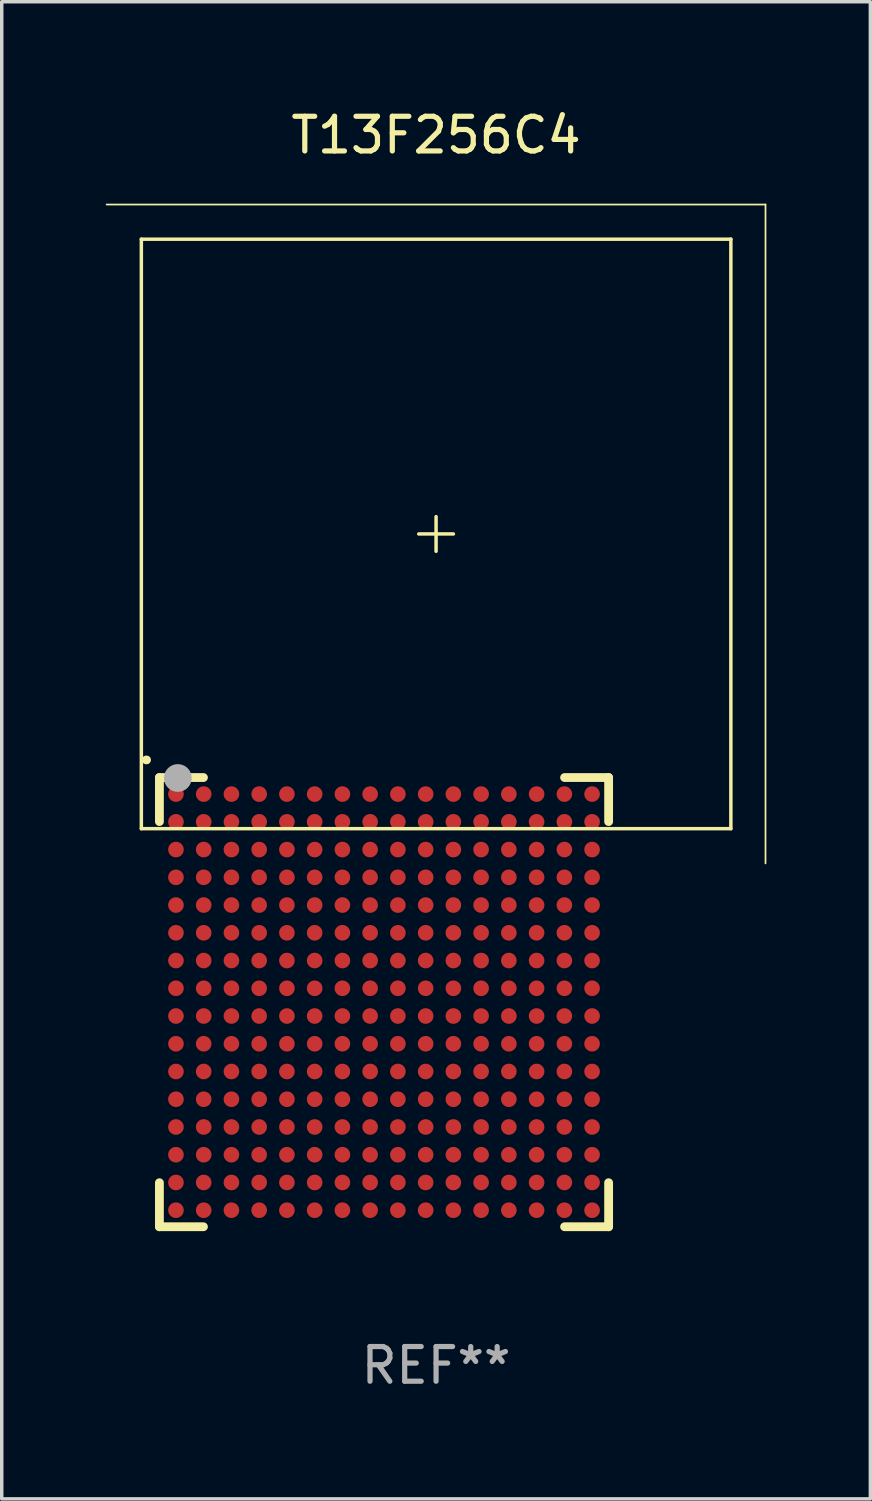
<source format=kicad_pcb>
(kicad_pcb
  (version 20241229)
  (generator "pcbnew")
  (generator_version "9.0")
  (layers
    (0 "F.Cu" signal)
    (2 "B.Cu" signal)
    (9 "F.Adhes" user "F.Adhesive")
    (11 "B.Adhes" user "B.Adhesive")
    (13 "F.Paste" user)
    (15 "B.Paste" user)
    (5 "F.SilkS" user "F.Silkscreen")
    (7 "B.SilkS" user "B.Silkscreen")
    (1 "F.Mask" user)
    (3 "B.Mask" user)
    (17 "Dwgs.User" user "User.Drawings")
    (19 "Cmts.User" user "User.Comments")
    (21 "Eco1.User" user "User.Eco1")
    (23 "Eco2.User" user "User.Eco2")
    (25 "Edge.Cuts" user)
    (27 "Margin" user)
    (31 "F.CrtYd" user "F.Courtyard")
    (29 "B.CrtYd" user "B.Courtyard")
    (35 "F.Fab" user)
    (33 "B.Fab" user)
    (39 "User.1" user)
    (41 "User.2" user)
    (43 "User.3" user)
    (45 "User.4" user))
  (footprint "T13F256C4"
    (layer "F.Cu")
    (at 9.525 17.587)
    (property "Reference" "T13F256C4" (at 0 -16.739 0) (layer "F.SilkS") (effects (font (size 1 1) (thickness 0.15))))
    (attr through_hole)
    (fp_line (start -9.5 -14.739) (end 9.5 -14.739) (stroke (width 0.05) (type solid)) (layer "F.SilkS"))
    (fp_line (start -8.499 -13.74) (end 8.501 -13.74) (stroke (width 0.1) (type solid)) (layer "F.SilkS"))
    (fp_line (start -8.499 3.26) (end -8.499 -13.74) (stroke (width 0.1) (type solid)) (layer "F.SilkS"))
    (fp_line (start -7.978 1.785) (end -6.708 1.785) (stroke (width 0.254) (type solid)) (layer "F.SilkS"))
    (fp_line (start -7.978 3.055) (end -7.978 1.785) (stroke (width 0.254) (type solid)) (layer "F.SilkS"))
    (fp_line (start -7.978 14.739) (end -7.978 13.469) (stroke (width 0.254) (type solid)) (layer "F.SilkS"))
    (fp_line (start -6.708 14.739) (end -7.978 14.739) (stroke (width 0.254) (type solid)) (layer "F.SilkS"))
    (fp_line (start 0 -4.739) (end 0 -5.739) (stroke (width 0.1) (type solid)) (layer "F.SilkS"))
    (fp_line (start 0.5 -5.239) (end -0.5 -5.239) (stroke (width 0.1) (type solid)) (layer "F.SilkS"))
    (fp_line (start 3.706 1.785) (end 4.976 1.785) (stroke (width 0.254) (type solid)) (layer "F.SilkS"))
    (fp_line (start 4.976 1.785) (end 4.976 3.055) (stroke (width 0.254) (type solid)) (layer "F.SilkS"))
    (fp_line (start 4.976 13.469) (end 4.976 14.739) (stroke (width 0.254) (type solid)) (layer "F.SilkS"))
    (fp_line (start 4.976 14.739) (end 3.706 14.739) (stroke (width 0.254) (type solid)) (layer "F.SilkS"))
    (fp_line (start 8.501 -13.74) (end 8.501 3.26) (stroke (width 0.1) (type solid)) (layer "F.SilkS"))
    (fp_line (start 8.501 3.26) (end -8.499 3.26) (stroke (width 0.1) (type solid)) (layer "F.SilkS"))
    (fp_line (start 9.5 -14.739) (end 9.5 4.261) (stroke (width 0.05) (type solid)) (layer "F.SilkS"))
    (fp_arc (start -8.358623 1.276619) (mid -8.353068 1.276761) (end -8.347523 1.277127) (stroke (width 0.249987) (type solid)) (layer "F.SilkS"))
    (fp_circle (center -8.001 1.762) (end -7.971 1.762) (stroke (width 0.06) (type solid)) (fill no) (layer "F.SilkS"))
    (fp_circle (center -7.447 1.798) (end -7.247 1.798) (stroke (width 0.4) (type solid)) (fill no) (layer "F.Fab"))
    (fp_text user "REF**" (at 0 18.739 0) (layer "F.Fab") (effects (font (size 1 1) (thickness 0.15))))
    (pad "A1" smd circle (at -7.501 2.262) (size 0.45 0.45) (layers "F.Cu" "F.Mask" "F.Paste"))
    (pad "A2" smd circle (at -6.701 2.262) (size 0.45 0.45) (layers "F.Cu" "F.Mask" "F.Paste"))
    (pad "A3" smd circle (at -5.901 2.262) (size 0.45 0.45) (layers "F.Cu" "F.Mask" "F.Paste"))
    (pad "A4" smd circle (at -5.101 2.262) (size 0.45 0.45) (layers "F.Cu" "F.Mask" "F.Paste"))
    (pad "A5" smd circle (at -4.301 2.262) (size 0.45 0.45) (layers "F.Cu" "F.Mask" "F.Paste"))
    (pad "A6" smd circle (at -3.501 2.262) (size 0.45 0.45) (layers "F.Cu" "F.Mask" "F.Paste"))
    (pad "A7" smd circle (at -2.701 2.262) (size 0.45 0.45) (layers "F.Cu" "F.Mask" "F.Paste"))
    (pad "A8" smd circle (at -1.901 2.262) (size 0.45 0.45) (layers "F.Cu" "F.Mask" "F.Paste"))
    (pad "A9" smd circle (at -1.101 2.262) (size 0.45 0.45) (layers "F.Cu" "F.Mask" "F.Paste"))
    (pad "A10" smd circle (at -0.3 2.262) (size 0.45 0.45) (layers "F.Cu" "F.Mask" "F.Paste"))
    (pad "A11" smd circle (at 0.499 2.262) (size 0.45 0.45) (layers "F.Cu" "F.Mask" "F.Paste"))
    (pad "A12" smd circle (at 1.299 2.262) (size 0.45 0.45) (layers "F.Cu" "F.Mask" "F.Paste"))
    (pad "A13" smd circle (at 2.099 2.262) (size 0.45 0.45) (layers "F.Cu" "F.Mask" "F.Paste"))
    (pad "A14" smd circle (at 2.899 2.262) (size 0.45 0.45) (layers "F.Cu" "F.Mask" "F.Paste"))
    (pad "A15" smd circle (at 3.7 2.262) (size 0.45 0.45) (layers "F.Cu" "F.Mask" "F.Paste"))
    (pad "A16" smd circle (at 4.499 2.262) (size 0.45 0.45) (layers "F.Cu" "F.Mask" "F.Paste"))
    (pad "B1" smd circle (at -7.501 3.062) (size 0.45 0.45) (layers "F.Cu" "F.Mask" "F.Paste"))
    (pad "B2" smd circle (at -6.701 3.062) (size 0.45 0.45) (layers "F.Cu" "F.Mask" "F.Paste"))
    (pad "B3" smd circle (at -5.901 3.062) (size 0.45 0.45) (layers "F.Cu" "F.Mask" "F.Paste"))
    (pad "B4" smd circle (at -5.101 3.062) (size 0.45 0.45) (layers "F.Cu" "F.Mask" "F.Paste"))
    (pad "B5" smd circle (at -4.301 3.062) (size 0.45 0.45) (layers "F.Cu" "F.Mask" "F.Paste"))
    (pad "B6" smd circle (at -3.501 3.062) (size 0.45 0.45) (layers "F.Cu" "F.Mask" "F.Paste"))
    (pad "B7" smd circle (at -2.701 3.062) (size 0.45 0.45) (layers "F.Cu" "F.Mask" "F.Paste"))
    (pad "B8" smd circle (at -1.901 3.062) (size 0.45 0.45) (layers "F.Cu" "F.Mask" "F.Paste"))
    (pad "B9" smd circle (at -1.101 3.062) (size 0.45 0.45) (layers "F.Cu" "F.Mask" "F.Paste"))
    (pad "B10" smd circle (at -0.3 3.062) (size 0.45 0.45) (layers "F.Cu" "F.Mask" "F.Paste"))
    (pad "B11" smd circle (at 0.499 3.062) (size 0.45 0.45) (layers "F.Cu" "F.Mask" "F.Paste"))
    (pad "B12" smd circle (at 1.299 3.062) (size 0.45 0.45) (layers "F.Cu" "F.Mask" "F.Paste"))
    (pad "B13" smd circle (at 2.099 3.062) (size 0.45 0.45) (layers "F.Cu" "F.Mask" "F.Paste"))
    (pad "B14" smd circle (at 2.899 3.062) (size 0.45 0.45) (layers "F.Cu" "F.Mask" "F.Paste"))
    (pad "B15" smd circle (at 3.7 3.062) (size 0.45 0.45) (layers "F.Cu" "F.Mask" "F.Paste"))
    (pad "B16" smd circle (at 4.499 3.062) (size 0.45 0.45) (layers "F.Cu" "F.Mask" "F.Paste"))
    (pad "C1" smd circle (at -7.501 3.862) (size 0.45 0.45) (layers "F.Cu" "F.Mask" "F.Paste"))
    (pad "C2" smd circle (at -6.701 3.862) (size 0.45 0.45) (layers "F.Cu" "F.Mask" "F.Paste"))
    (pad "C3" smd circle (at -5.901 3.862) (size 0.45 0.45) (layers "F.Cu" "F.Mask" "F.Paste"))
    (pad "C4" smd circle (at -5.101 3.862) (size 0.45 0.45) (layers "F.Cu" "F.Mask" "F.Paste"))
    (pad "C5" smd circle (at -4.301 3.862) (size 0.45 0.45) (layers "F.Cu" "F.Mask" "F.Paste"))
    (pad "C6" smd circle (at -3.501 3.862) (size 0.45 0.45) (layers "F.Cu" "F.Mask" "F.Paste"))
    (pad "C7" smd circle (at -2.701 3.862) (size 0.45 0.45) (layers "F.Cu" "F.Mask" "F.Paste"))
    (pad "C8" smd circle (at -1.901 3.862) (size 0.45 0.45) (layers "F.Cu" "F.Mask" "F.Paste"))
    (pad "C9" smd circle (at -1.101 3.862) (size 0.45 0.45) (layers "F.Cu" "F.Mask" "F.Paste"))
    (pad "C10" smd circle (at -0.3 3.862) (size 0.45 0.45) (layers "F.Cu" "F.Mask" "F.Paste"))
    (pad "C11" smd circle (at 0.499 3.862) (size 0.45 0.45) (layers "F.Cu" "F.Mask" "F.Paste"))
    (pad "C12" smd circle (at 1.299 3.862) (size 0.45 0.45) (layers "F.Cu" "F.Mask" "F.Paste"))
    (pad "C13" smd circle (at 2.099 3.862) (size 0.45 0.45) (layers "F.Cu" "F.Mask" "F.Paste"))
    (pad "C14" smd circle (at 2.899 3.862) (size 0.45 0.45) (layers "F.Cu" "F.Mask" "F.Paste"))
    (pad "C15" smd circle (at 3.7 3.862) (size 0.45 0.45) (layers "F.Cu" "F.Mask" "F.Paste"))
    (pad "C16" smd circle (at 4.499 3.862) (size 0.45 0.45) (layers "F.Cu" "F.Mask" "F.Paste"))
    (pad "D1" smd circle (at -7.501 4.662) (size 0.45 0.45) (layers "F.Cu" "F.Mask" "F.Paste"))
    (pad "D2" smd circle (at -6.701 4.662) (size 0.45 0.45) (layers "F.Cu" "F.Mask" "F.Paste"))
    (pad "D3" smd circle (at -5.901 4.662) (size 0.45 0.45) (layers "F.Cu" "F.Mask" "F.Paste"))
    (pad "D4" smd circle (at -5.101 4.662) (size 0.45 0.45) (layers "F.Cu" "F.Mask" "F.Paste"))
    (pad "D5" smd circle (at -4.301 4.662) (size 0.45 0.45) (layers "F.Cu" "F.Mask" "F.Paste"))
    (pad "D6" smd circle (at -3.501 4.662) (size 0.45 0.45) (layers "F.Cu" "F.Mask" "F.Paste"))
    (pad "D7" smd circle (at -2.701 4.662) (size 0.45 0.45) (layers "F.Cu" "F.Mask" "F.Paste"))
    (pad "D8" smd circle (at -1.901 4.662) (size 0.45 0.45) (layers "F.Cu" "F.Mask" "F.Paste"))
    (pad "D9" smd circle (at -1.101 4.662) (size 0.45 0.45) (layers "F.Cu" "F.Mask" "F.Paste"))
    (pad "D10" smd circle (at -0.3 4.662) (size 0.45 0.45) (layers "F.Cu" "F.Mask" "F.Paste"))
    (pad "D11" smd circle (at 0.499 4.662) (size 0.45 0.45) (layers "F.Cu" "F.Mask" "F.Paste"))
    (pad "D12" smd circle (at 1.299 4.662) (size 0.45 0.45) (layers "F.Cu" "F.Mask" "F.Paste"))
    (pad "D13" smd circle (at 2.099 4.662) (size 0.45 0.45) (layers "F.Cu" "F.Mask" "F.Paste"))
    (pad "D14" smd circle (at 2.899 4.662) (size 0.45 0.45) (layers "F.Cu" "F.Mask" "F.Paste"))
    (pad "D15" smd circle (at 3.7 4.662) (size 0.45 0.45) (layers "F.Cu" "F.Mask" "F.Paste"))
    (pad "D16" smd circle (at 4.499 4.662) (size 0.45 0.45) (layers "F.Cu" "F.Mask" "F.Paste"))
    (pad "E1" smd circle (at -7.501 5.462) (size 0.45 0.45) (layers "F.Cu" "F.Mask" "F.Paste"))
    (pad "E2" smd circle (at -6.701 5.462) (size 0.45 0.45) (layers "F.Cu" "F.Mask" "F.Paste"))
    (pad "E3" smd circle (at -5.901 5.462) (size 0.45 0.45) (layers "F.Cu" "F.Mask" "F.Paste"))
    (pad "E4" smd circle (at -5.101 5.462) (size 0.45 0.45) (layers "F.Cu" "F.Mask" "F.Paste"))
    (pad "E5" smd circle (at -4.301 5.462) (size 0.45 0.45) (layers "F.Cu" "F.Mask" "F.Paste"))
    (pad "E6" smd circle (at -3.501 5.462) (size 0.45 0.45) (layers "F.Cu" "F.Mask" "F.Paste"))
    (pad "E7" smd circle (at -2.701 5.462) (size 0.45 0.45) (layers "F.Cu" "F.Mask" "F.Paste"))
    (pad "E8" smd circle (at -1.901 5.462) (size 0.45 0.45) (layers "F.Cu" "F.Mask" "F.Paste"))
    (pad "E9" smd circle (at -1.101 5.462) (size 0.45 0.45) (layers "F.Cu" "F.Mask" "F.Paste"))
    (pad "E10" smd circle (at -0.3 5.462) (size 0.45 0.45) (layers "F.Cu" "F.Mask" "F.Paste"))
    (pad "E11" smd circle (at 0.499 5.462) (size 0.45 0.45) (layers "F.Cu" "F.Mask" "F.Paste"))
    (pad "E12" smd circle (at 1.299 5.462) (size 0.45 0.45) (layers "F.Cu" "F.Mask" "F.Paste"))
    (pad "E13" smd circle (at 2.099 5.462) (size 0.45 0.45) (layers "F.Cu" "F.Mask" "F.Paste"))
    (pad "E14" smd circle (at 2.899 5.462) (size 0.45 0.45) (layers "F.Cu" "F.Mask" "F.Paste"))
    (pad "E15" smd circle (at 3.7 5.462) (size 0.45 0.45) (layers "F.Cu" "F.Mask" "F.Paste"))
    (pad "E16" smd circle (at 4.499 5.462) (size 0.45 0.45) (layers "F.Cu" "F.Mask" "F.Paste"))
    (pad "F1" smd circle (at -7.501 6.262) (size 0.45 0.45) (layers "F.Cu" "F.Mask" "F.Paste"))
    (pad "F2" smd circle (at -6.701 6.262) (size 0.45 0.45) (layers "F.Cu" "F.Mask" "F.Paste"))
    (pad "F3" smd circle (at -5.901 6.262) (size 0.45 0.45) (layers "F.Cu" "F.Mask" "F.Paste"))
    (pad "F4" smd circle (at -5.101 6.262) (size 0.45 0.45) (layers "F.Cu" "F.Mask" "F.Paste"))
    (pad "F5" smd circle (at -4.301 6.262) (size 0.45 0.45) (layers "F.Cu" "F.Mask" "F.Paste"))
    (pad "F6" smd circle (at -3.501 6.262) (size 0.45 0.45) (layers "F.Cu" "F.Mask" "F.Paste"))
    (pad "F7" smd circle (at -2.701 6.262) (size 0.45 0.45) (layers "F.Cu" "F.Mask" "F.Paste"))
    (pad "F8" smd circle (at -1.901 6.262) (size 0.45 0.45) (layers "F.Cu" "F.Mask" "F.Paste"))
    (pad "F9" smd circle (at -1.101 6.262) (size 0.45 0.45) (layers "F.Cu" "F.Mask" "F.Paste"))
    (pad "F10" smd circle (at -0.3 6.262) (size 0.45 0.45) (layers "F.Cu" "F.Mask" "F.Paste"))
    (pad "F11" smd circle (at 0.499 6.262) (size 0.45 0.45) (layers "F.Cu" "F.Mask" "F.Paste"))
    (pad "F12" smd circle (at 1.299 6.262) (size 0.45 0.45) (layers "F.Cu" "F.Mask" "F.Paste"))
    (pad "F13" smd circle (at 2.099 6.262) (size 0.45 0.45) (layers "F.Cu" "F.Mask" "F.Paste"))
    (pad "F14" smd circle (at 2.899 6.262) (size 0.45 0.45) (layers "F.Cu" "F.Mask" "F.Paste"))
    (pad "F15" smd circle (at 3.7 6.262) (size 0.45 0.45) (layers "F.Cu" "F.Mask" "F.Paste"))
    (pad "F16" smd circle (at 4.499 6.262) (size 0.45 0.45) (layers "F.Cu" "F.Mask" "F.Paste"))
    (pad "G1" smd circle (at -7.501 7.062) (size 0.45 0.45) (layers "F.Cu" "F.Mask" "F.Paste"))
    (pad "G2" smd circle (at -6.701 7.062) (size 0.45 0.45) (layers "F.Cu" "F.Mask" "F.Paste"))
    (pad "G3" smd circle (at -5.901 7.062) (size 0.45 0.45) (layers "F.Cu" "F.Mask" "F.Paste"))
    (pad "G4" smd circle (at -5.101 7.062) (size 0.45 0.45) (layers "F.Cu" "F.Mask" "F.Paste"))
    (pad "G5" smd circle (at -4.301 7.062) (size 0.45 0.45) (layers "F.Cu" "F.Mask" "F.Paste"))
    (pad "G6" smd circle (at -3.501 7.062) (size 0.45 0.45) (layers "F.Cu" "F.Mask" "F.Paste"))
    (pad "G7" smd circle (at -2.701 7.062) (size 0.45 0.45) (layers "F.Cu" "F.Mask" "F.Paste"))
    (pad "G8" smd circle (at -1.901 7.062) (size 0.45 0.45) (layers "F.Cu" "F.Mask" "F.Paste"))
    (pad "G9" smd circle (at -1.101 7.062) (size 0.45 0.45) (layers "F.Cu" "F.Mask" "F.Paste"))
    (pad "G10" smd circle (at -0.3 7.062) (size 0.45 0.45) (layers "F.Cu" "F.Mask" "F.Paste"))
    (pad "G11" smd circle (at 0.499 7.062) (size 0.45 0.45) (layers "F.Cu" "F.Mask" "F.Paste"))
    (pad "G12" smd circle (at 1.299 7.062) (size 0.45 0.45) (layers "F.Cu" "F.Mask" "F.Paste"))
    (pad "G13" smd circle (at 2.099 7.062) (size 0.45 0.45) (layers "F.Cu" "F.Mask" "F.Paste"))
    (pad "G14" smd circle (at 2.899 7.062) (size 0.45 0.45) (layers "F.Cu" "F.Mask" "F.Paste"))
    (pad "G15" smd circle (at 3.7 7.062) (size 0.45 0.45) (layers "F.Cu" "F.Mask" "F.Paste"))
    (pad "G16" smd circle (at 4.499 7.062) (size 0.45 0.45) (layers "F.Cu" "F.Mask" "F.Paste"))
    (pad "H1" smd circle (at -7.501 7.862) (size 0.45 0.45) (layers "F.Cu" "F.Mask" "F.Paste"))
    (pad "H2" smd circle (at -6.701 7.862) (size 0.45 0.45) (layers "F.Cu" "F.Mask" "F.Paste"))
    (pad "H3" smd circle (at -5.901 7.862) (size 0.45 0.45) (layers "F.Cu" "F.Mask" "F.Paste"))
    (pad "H4" smd circle (at -5.101 7.862) (size 0.45 0.45) (layers "F.Cu" "F.Mask" "F.Paste"))
    (pad "H5" smd circle (at -4.301 7.862) (size 0.45 0.45) (layers "F.Cu" "F.Mask" "F.Paste"))
    (pad "H6" smd circle (at -3.501 7.862) (size 0.45 0.45) (layers "F.Cu" "F.Mask" "F.Paste"))
    (pad "H7" smd circle (at -2.701 7.862) (size 0.45 0.45) (layers "F.Cu" "F.Mask" "F.Paste"))
    (pad "H8" smd circle (at -1.901 7.862) (size 0.45 0.45) (layers "F.Cu" "F.Mask" "F.Paste"))
    (pad "H9" smd circle (at -1.101 7.862) (size 0.45 0.45) (layers "F.Cu" "F.Mask" "F.Paste"))
    (pad "H10" smd circle (at -0.3 7.862) (size 0.45 0.45) (layers "F.Cu" "F.Mask" "F.Paste"))
    (pad "H11" smd circle (at 0.499 7.862) (size 0.45 0.45) (layers "F.Cu" "F.Mask" "F.Paste"))
    (pad "H12" smd circle (at 1.299 7.862) (size 0.45 0.45) (layers "F.Cu" "F.Mask" "F.Paste"))
    (pad "H13" smd circle (at 2.099 7.862) (size 0.45 0.45) (layers "F.Cu" "F.Mask" "F.Paste"))
    (pad "H14" smd circle (at 2.899 7.862) (size 0.45 0.45) (layers "F.Cu" "F.Mask" "F.Paste"))
    (pad "H15" smd circle (at 3.7 7.862) (size 0.45 0.45) (layers "F.Cu" "F.Mask" "F.Paste"))
    (pad "H16" smd circle (at 4.499 7.862) (size 0.45 0.45) (layers "F.Cu" "F.Mask" "F.Paste"))
    (pad "J1" smd circle (at -7.501 8.662) (size 0.45 0.45) (layers "F.Cu" "F.Mask" "F.Paste"))
    (pad "J2" smd circle (at -6.701 8.662) (size 0.45 0.45) (layers "F.Cu" "F.Mask" "F.Paste"))
    (pad "J3" smd circle (at -5.901 8.662) (size 0.45 0.45) (layers "F.Cu" "F.Mask" "F.Paste"))
    (pad "J4" smd circle (at -5.101 8.662) (size 0.45 0.45) (layers "F.Cu" "F.Mask" "F.Paste"))
    (pad "J5" smd circle (at -4.301 8.662) (size 0.45 0.45) (layers "F.Cu" "F.Mask" "F.Paste"))
    (pad "J6" smd circle (at -3.501 8.662) (size 0.45 0.45) (layers "F.Cu" "F.Mask" "F.Paste"))
    (pad "J7" smd circle (at -2.701 8.662) (size 0.45 0.45) (layers "F.Cu" "F.Mask" "F.Paste"))
    (pad "J8" smd circle (at -1.901 8.662) (size 0.45 0.45) (layers "F.Cu" "F.Mask" "F.Paste"))
    (pad "J9" smd circle (at -1.101 8.662) (size 0.45 0.45) (layers "F.Cu" "F.Mask" "F.Paste"))
    (pad "J10" smd circle (at -0.3 8.662) (size 0.45 0.45) (layers "F.Cu" "F.Mask" "F.Paste"))
    (pad "J11" smd circle (at 0.499 8.662) (size 0.45 0.45) (layers "F.Cu" "F.Mask" "F.Paste"))
    (pad "J12" smd circle (at 1.299 8.662) (size 0.45 0.45) (layers "F.Cu" "F.Mask" "F.Paste"))
    (pad "J13" smd circle (at 2.099 8.662) (size 0.45 0.45) (layers "F.Cu" "F.Mask" "F.Paste"))
    (pad "J14" smd circle (at 2.899 8.662) (size 0.45 0.45) (layers "F.Cu" "F.Mask" "F.Paste"))
    (pad "J15" smd circle (at 3.7 8.662) (size 0.45 0.45) (layers "F.Cu" "F.Mask" "F.Paste"))
    (pad "J16" smd circle (at 4.499 8.662) (size 0.45 0.45) (layers "F.Cu" "F.Mask" "F.Paste"))
    (pad "K1" smd circle (at -7.501 9.462) (size 0.45 0.45) (layers "F.Cu" "F.Mask" "F.Paste"))
    (pad "K2" smd circle (at -6.701 9.462) (size 0.45 0.45) (layers "F.Cu" "F.Mask" "F.Paste"))
    (pad "K3" smd circle (at -5.901 9.462) (size 0.45 0.45) (layers "F.Cu" "F.Mask" "F.Paste"))
    (pad "K4" smd circle (at -5.101 9.462) (size 0.45 0.45) (layers "F.Cu" "F.Mask" "F.Paste"))
    (pad "K5" smd circle (at -4.301 9.462) (size 0.45 0.45) (layers "F.Cu" "F.Mask" "F.Paste"))
    (pad "K6" smd circle (at -3.501 9.462) (size 0.45 0.45) (layers "F.Cu" "F.Mask" "F.Paste"))
    (pad "K7" smd circle (at -2.701 9.462) (size 0.45 0.45) (layers "F.Cu" "F.Mask" "F.Paste"))
    (pad "K8" smd circle (at -1.901 9.462) (size 0.45 0.45) (layers "F.Cu" "F.Mask" "F.Paste"))
    (pad "K9" smd circle (at -1.101 9.462) (size 0.45 0.45) (layers "F.Cu" "F.Mask" "F.Paste"))
    (pad "K10" smd circle (at -0.3 9.462) (size 0.45 0.45) (layers "F.Cu" "F.Mask" "F.Paste"))
    (pad "K11" smd circle (at 0.499 9.462) (size 0.45 0.45) (layers "F.Cu" "F.Mask" "F.Paste"))
    (pad "K12" smd circle (at 1.299 9.462) (size 0.45 0.45) (layers "F.Cu" "F.Mask" "F.Paste"))
    (pad "K13" smd circle (at 2.099 9.462) (size 0.45 0.45) (layers "F.Cu" "F.Mask" "F.Paste"))
    (pad "K14" smd circle (at 2.899 9.462) (size 0.45 0.45) (layers "F.Cu" "F.Mask" "F.Paste"))
    (pad "K15" smd circle (at 3.7 9.462) (size 0.45 0.45) (layers "F.Cu" "F.Mask" "F.Paste"))
    (pad "K16" smd circle (at 4.499 9.462) (size 0.45 0.45) (layers "F.Cu" "F.Mask" "F.Paste"))
    (pad "L1" smd circle (at -7.501 10.262) (size 0.45 0.45) (layers "F.Cu" "F.Mask" "F.Paste"))
    (pad "L2" smd circle (at -6.701 10.262) (size 0.45 0.45) (layers "F.Cu" "F.Mask" "F.Paste"))
    (pad "L3" smd circle (at -5.901 10.262) (size 0.45 0.45) (layers "F.Cu" "F.Mask" "F.Paste"))
    (pad "L4" smd circle (at -5.101 10.262) (size 0.45 0.45) (layers "F.Cu" "F.Mask" "F.Paste"))
    (pad "L5" smd circle (at -4.301 10.262) (size 0.45 0.45) (layers "F.Cu" "F.Mask" "F.Paste"))
    (pad "L6" smd circle (at -3.501 10.262) (size 0.45 0.45) (layers "F.Cu" "F.Mask" "F.Paste"))
    (pad "L7" smd circle (at -2.701 10.262) (size 0.45 0.45) (layers "F.Cu" "F.Mask" "F.Paste"))
    (pad "L8" smd circle (at -1.901 10.262) (size 0.45 0.45) (layers "F.Cu" "F.Mask" "F.Paste"))
    (pad "L9" smd circle (at -1.101 10.262) (size 0.45 0.45) (layers "F.Cu" "F.Mask" "F.Paste"))
    (pad "L10" smd circle (at -0.3 10.262) (size 0.45 0.45) (layers "F.Cu" "F.Mask" "F.Paste"))
    (pad "L11" smd circle (at 0.499 10.262) (size 0.45 0.45) (layers "F.Cu" "F.Mask" "F.Paste"))
    (pad "L12" smd circle (at 1.299 10.262) (size 0.45 0.45) (layers "F.Cu" "F.Mask" "F.Paste"))
    (pad "L13" smd circle (at 2.099 10.262) (size 0.45 0.45) (layers "F.Cu" "F.Mask" "F.Paste"))
    (pad "L14" smd circle (at 2.899 10.262) (size 0.45 0.45) (layers "F.Cu" "F.Mask" "F.Paste"))
    (pad "L15" smd circle (at 3.7 10.262) (size 0.45 0.45) (layers "F.Cu" "F.Mask" "F.Paste"))
    (pad "L16" smd circle (at 4.499 10.262) (size 0.45 0.45) (layers "F.Cu" "F.Mask" "F.Paste"))
    (pad "M1" smd circle (at -7.501 11.062) (size 0.45 0.45) (layers "F.Cu" "F.Mask" "F.Paste"))
    (pad "M2" smd circle (at -6.701 11.062) (size 0.45 0.45) (layers "F.Cu" "F.Mask" "F.Paste"))
    (pad "M3" smd circle (at -5.901 11.062) (size 0.45 0.45) (layers "F.Cu" "F.Mask" "F.Paste"))
    (pad "M4" smd circle (at -5.101 11.062) (size 0.45 0.45) (layers "F.Cu" "F.Mask" "F.Paste"))
    (pad "M5" smd circle (at -4.301 11.062) (size 0.45 0.45) (layers "F.Cu" "F.Mask" "F.Paste"))
    (pad "M6" smd circle (at -3.501 11.062) (size 0.45 0.45) (layers "F.Cu" "F.Mask" "F.Paste"))
    (pad "M7" smd circle (at -2.701 11.062) (size 0.45 0.45) (layers "F.Cu" "F.Mask" "F.Paste"))
    (pad "M8" smd circle (at -1.901 11.062) (size 0.45 0.45) (layers "F.Cu" "F.Mask" "F.Paste"))
    (pad "M9" smd circle (at -1.101 11.062) (size 0.45 0.45) (layers "F.Cu" "F.Mask" "F.Paste"))
    (pad "M10" smd circle (at -0.3 11.062) (size 0.45 0.45) (layers "F.Cu" "F.Mask" "F.Paste"))
    (pad "M11" smd circle (at 0.499 11.062) (size 0.45 0.45) (layers "F.Cu" "F.Mask" "F.Paste"))
    (pad "M12" smd circle (at 1.299 11.062) (size 0.45 0.45) (layers "F.Cu" "F.Mask" "F.Paste"))
    (pad "M13" smd circle (at 2.099 11.062) (size 0.45 0.45) (layers "F.Cu" "F.Mask" "F.Paste"))
    (pad "M14" smd circle (at 2.899 11.062) (size 0.45 0.45) (layers "F.Cu" "F.Mask" "F.Paste"))
    (pad "M15" smd circle (at 3.7 11.062) (size 0.45 0.45) (layers "F.Cu" "F.Mask" "F.Paste"))
    (pad "M16" smd circle (at 4.499 11.062) (size 0.45 0.45) (layers "F.Cu" "F.Mask" "F.Paste"))
    (pad "N1" smd circle (at -7.501 11.862) (size 0.45 0.45) (layers "F.Cu" "F.Mask" "F.Paste"))
    (pad "N2" smd circle (at -6.701 11.862) (size 0.45 0.45) (layers "F.Cu" "F.Mask" "F.Paste"))
    (pad "N3" smd circle (at -5.901 11.862) (size 0.45 0.45) (layers "F.Cu" "F.Mask" "F.Paste"))
    (pad "N4" smd circle (at -5.101 11.862) (size 0.45 0.45) (layers "F.Cu" "F.Mask" "F.Paste"))
    (pad "N5" smd circle (at -4.301 11.862) (size 0.45 0.45) (layers "F.Cu" "F.Mask" "F.Paste"))
    (pad "N6" smd circle (at -3.501 11.862) (size 0.45 0.45) (layers "F.Cu" "F.Mask" "F.Paste"))
    (pad "N7" smd circle (at -2.701 11.862) (size 0.45 0.45) (layers "F.Cu" "F.Mask" "F.Paste"))
    (pad "N8" smd circle (at -1.901 11.862) (size 0.45 0.45) (layers "F.Cu" "F.Mask" "F.Paste"))
    (pad "N9" smd circle (at -1.101 11.862) (size 0.45 0.45) (layers "F.Cu" "F.Mask" "F.Paste"))
    (pad "N10" smd circle (at -0.3 11.862) (size 0.45 0.45) (layers "F.Cu" "F.Mask" "F.Paste"))
    (pad "N11" smd circle (at 0.499 11.862) (size 0.45 0.45) (layers "F.Cu" "F.Mask" "F.Paste"))
    (pad "N12" smd circle (at 1.299 11.862) (size 0.45 0.45) (layers "F.Cu" "F.Mask" "F.Paste"))
    (pad "N13" smd circle (at 2.099 11.862) (size 0.45 0.45) (layers "F.Cu" "F.Mask" "F.Paste"))
    (pad "N14" smd circle (at 2.899 11.862) (size 0.45 0.45) (layers "F.Cu" "F.Mask" "F.Paste"))
    (pad "N15" smd circle (at 3.7 11.862) (size 0.45 0.45) (layers "F.Cu" "F.Mask" "F.Paste"))
    (pad "N16" smd circle (at 4.499 11.862) (size 0.45 0.45) (layers "F.Cu" "F.Mask" "F.Paste"))
    (pad "P1" smd circle (at -7.501 12.662) (size 0.45 0.45) (layers "F.Cu" "F.Mask" "F.Paste"))
    (pad "P2" smd circle (at -6.701 12.662) (size 0.45 0.45) (layers "F.Cu" "F.Mask" "F.Paste"))
    (pad "P3" smd circle (at -5.901 12.662) (size 0.45 0.45) (layers "F.Cu" "F.Mask" "F.Paste"))
    (pad "P4" smd circle (at -5.101 12.662) (size 0.45 0.45) (layers "F.Cu" "F.Mask" "F.Paste"))
    (pad "P5" smd circle (at -4.301 12.662) (size 0.45 0.45) (layers "F.Cu" "F.Mask" "F.Paste"))
    (pad "P6" smd circle (at -3.501 12.662) (size 0.45 0.45) (layers "F.Cu" "F.Mask" "F.Paste"))
    (pad "P7" smd circle (at -2.701 12.662) (size 0.45 0.45) (layers "F.Cu" "F.Mask" "F.Paste"))
    (pad "P8" smd circle (at -1.901 12.662) (size 0.45 0.45) (layers "F.Cu" "F.Mask" "F.Paste"))
    (pad "P9" smd circle (at -1.101 12.662) (size 0.45 0.45) (layers "F.Cu" "F.Mask" "F.Paste"))
    (pad "P10" smd circle (at -0.3 12.662) (size 0.45 0.45) (layers "F.Cu" "F.Mask" "F.Paste"))
    (pad "P11" smd circle (at 0.499 12.662) (size 0.45 0.45) (layers "F.Cu" "F.Mask" "F.Paste"))
    (pad "P12" smd circle (at 1.299 12.662) (size 0.45 0.45) (layers "F.Cu" "F.Mask" "F.Paste"))
    (pad "P13" smd circle (at 2.099 12.662) (size 0.45 0.45) (layers "F.Cu" "F.Mask" "F.Paste"))
    (pad "P14" smd circle (at 2.899 12.662) (size 0.45 0.45) (layers "F.Cu" "F.Mask" "F.Paste"))
    (pad "P15" smd circle (at 3.7 12.662) (size 0.45 0.45) (layers "F.Cu" "F.Mask" "F.Paste"))
    (pad "P16" smd circle (at 4.499 12.662) (size 0.45 0.45) (layers "F.Cu" "F.Mask" "F.Paste"))
    (pad "R1" smd circle (at -7.501 13.462) (size 0.45 0.45) (layers "F.Cu" "F.Mask" "F.Paste"))
    (pad "R2" smd circle (at -6.701 13.462) (size 0.45 0.45) (layers "F.Cu" "F.Mask" "F.Paste"))
    (pad "R3" smd circle (at -5.901 13.462) (size 0.45 0.45) (layers "F.Cu" "F.Mask" "F.Paste"))
    (pad "R4" smd circle (at -5.101 13.462) (size 0.45 0.45) (layers "F.Cu" "F.Mask" "F.Paste"))
    (pad "R5" smd circle (at -4.301 13.462) (size 0.45 0.45) (layers "F.Cu" "F.Mask" "F.Paste"))
    (pad "R6" smd circle (at -3.501 13.462) (size 0.45 0.45) (layers "F.Cu" "F.Mask" "F.Paste"))
    (pad "R7" smd circle (at -2.701 13.462) (size 0.45 0.45) (layers "F.Cu" "F.Mask" "F.Paste"))
    (pad "R8" smd circle (at -1.901 13.462) (size 0.45 0.45) (layers "F.Cu" "F.Mask" "F.Paste"))
    (pad "R9" smd circle (at -1.101 13.462) (size 0.45 0.45) (layers "F.Cu" "F.Mask" "F.Paste"))
    (pad "R10" smd circle (at -0.3 13.462) (size 0.45 0.45) (layers "F.Cu" "F.Mask" "F.Paste"))
    (pad "R11" smd circle (at 0.499 13.462) (size 0.45 0.45) (layers "F.Cu" "F.Mask" "F.Paste"))
    (pad "R12" smd circle (at 1.299 13.462) (size 0.45 0.45) (layers "F.Cu" "F.Mask" "F.Paste"))
    (pad "R13" smd circle (at 2.099 13.462) (size 0.45 0.45) (layers "F.Cu" "F.Mask" "F.Paste"))
    (pad "R14" smd circle (at 2.899 13.462) (size 0.45 0.45) (layers "F.Cu" "F.Mask" "F.Paste"))
    (pad "R15" smd circle (at 3.7 13.462) (size 0.45 0.45) (layers "F.Cu" "F.Mask" "F.Paste"))
    (pad "R16" smd circle (at 4.499 13.462) (size 0.45 0.45) (layers "F.Cu" "F.Mask" "F.Paste"))
    (pad "T1" smd circle (at -7.501 14.262) (size 0.45 0.45) (layers "F.Cu" "F.Mask" "F.Paste"))
    (pad "T2" smd circle (at -6.701 14.262) (size 0.45 0.45) (layers "F.Cu" "F.Mask" "F.Paste"))
    (pad "T3" smd circle (at -5.901 14.262) (size 0.45 0.45) (layers "F.Cu" "F.Mask" "F.Paste"))
    (pad "T4" smd circle (at -5.101 14.262) (size 0.45 0.45) (layers "F.Cu" "F.Mask" "F.Paste"))
    (pad "T5" smd circle (at -4.301 14.262) (size 0.45 0.45) (layers "F.Cu" "F.Mask" "F.Paste"))
    (pad "T6" smd circle (at -3.501 14.262) (size 0.45 0.45) (layers "F.Cu" "F.Mask" "F.Paste"))
    (pad "T7" smd circle (at -2.701 14.262) (size 0.45 0.45) (layers "F.Cu" "F.Mask" "F.Paste"))
    (pad "T8" smd circle (at -1.901 14.262) (size 0.45 0.45) (layers "F.Cu" "F.Mask" "F.Paste"))
    (pad "T9" smd circle (at -1.101 14.262) (size 0.45 0.45) (layers "F.Cu" "F.Mask" "F.Paste"))
    (pad "T10" smd circle (at -0.3 14.262) (size 0.45 0.45) (layers "F.Cu" "F.Mask" "F.Paste"))
    (pad "T11" smd circle (at 0.499 14.262) (size 0.45 0.45) (layers "F.Cu" "F.Mask" "F.Paste"))
    (pad "T12" smd circle (at 1.299 14.262) (size 0.45 0.45) (layers "F.Cu" "F.Mask" "F.Paste"))
    (pad "T13" smd circle (at 2.099 14.262) (size 0.45 0.45) (layers "F.Cu" "F.Mask" "F.Paste"))
    (pad "T14" smd circle (at 2.899 14.262) (size 0.45 0.45) (layers "F.Cu" "F.Mask" "F.Paste"))
    (pad "T15" smd circle (at 3.7 14.262) (size 0.45 0.45) (layers "F.Cu" "F.Mask" "F.Paste"))
    (pad "T16" smd circle (at 4.499 14.262) (size 0.45 0.45) (layers "F.Cu" "F.Mask" "F.Paste")))
  (gr_rect
    (start -3 -3)
    (end 22.049 40.174)
    (stroke (width 0.1) (type default))
    (fill no)
    (layer "Edge.Cuts")))
</source>
